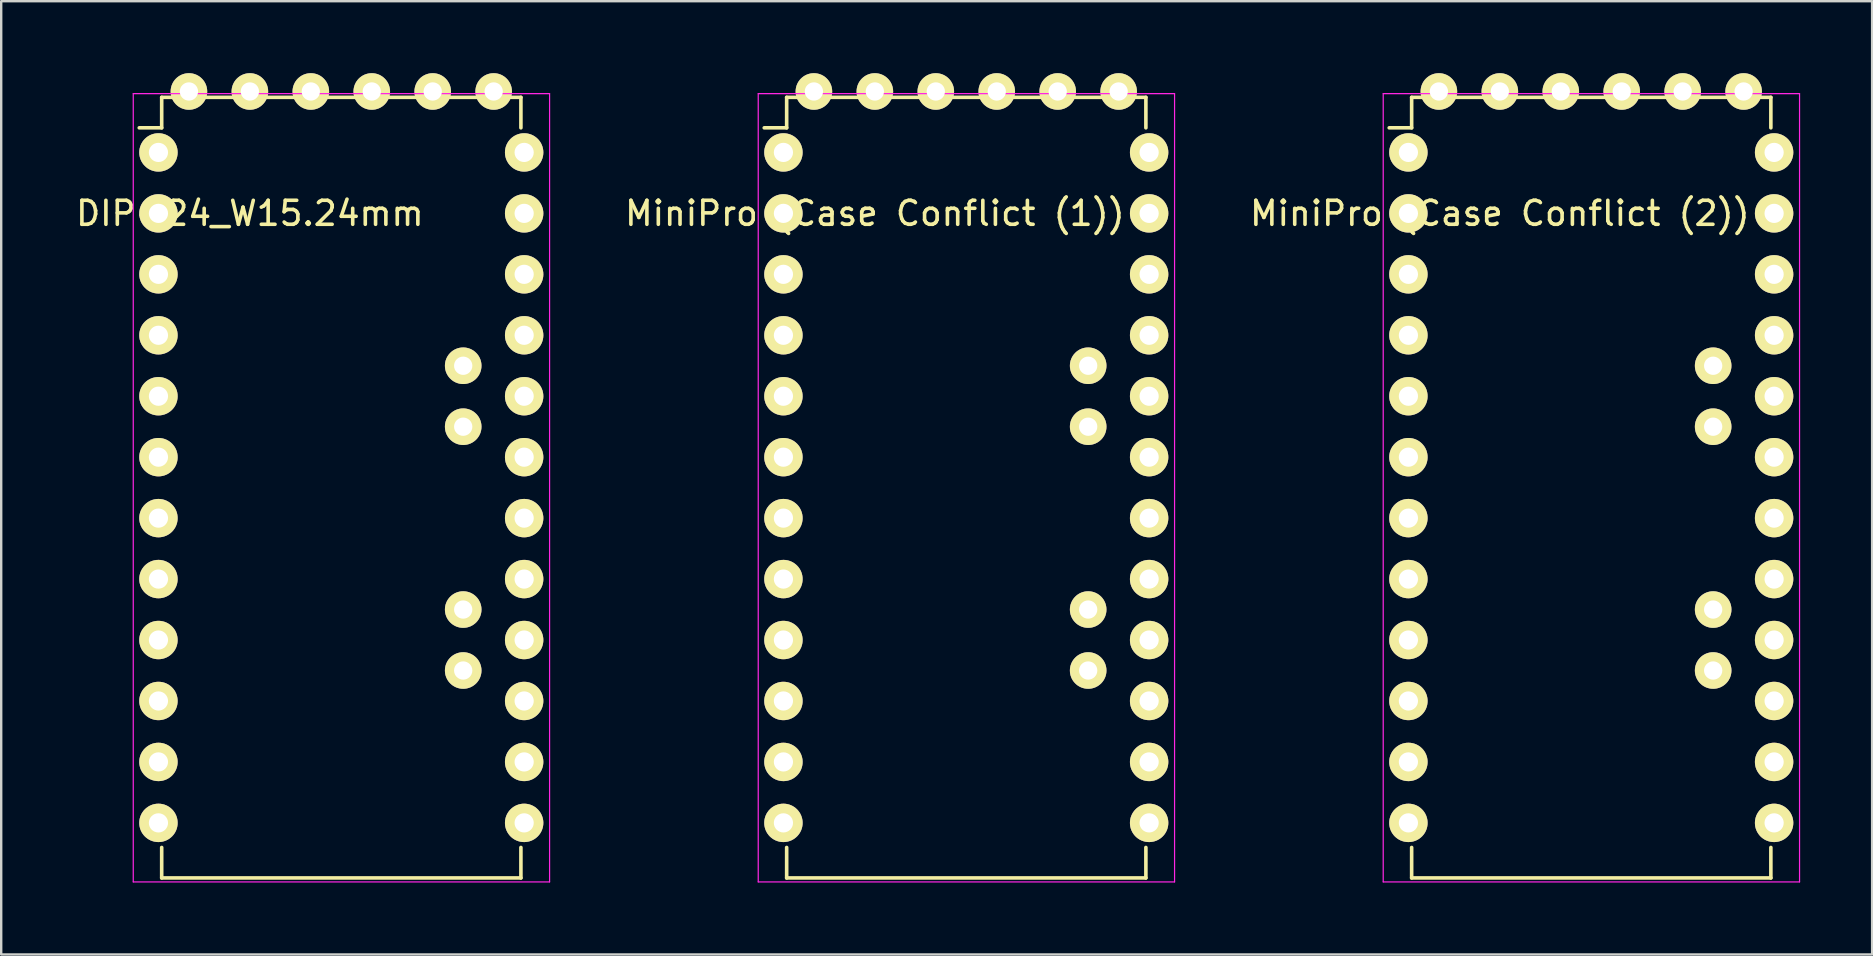
<source format=kicad_pcb>
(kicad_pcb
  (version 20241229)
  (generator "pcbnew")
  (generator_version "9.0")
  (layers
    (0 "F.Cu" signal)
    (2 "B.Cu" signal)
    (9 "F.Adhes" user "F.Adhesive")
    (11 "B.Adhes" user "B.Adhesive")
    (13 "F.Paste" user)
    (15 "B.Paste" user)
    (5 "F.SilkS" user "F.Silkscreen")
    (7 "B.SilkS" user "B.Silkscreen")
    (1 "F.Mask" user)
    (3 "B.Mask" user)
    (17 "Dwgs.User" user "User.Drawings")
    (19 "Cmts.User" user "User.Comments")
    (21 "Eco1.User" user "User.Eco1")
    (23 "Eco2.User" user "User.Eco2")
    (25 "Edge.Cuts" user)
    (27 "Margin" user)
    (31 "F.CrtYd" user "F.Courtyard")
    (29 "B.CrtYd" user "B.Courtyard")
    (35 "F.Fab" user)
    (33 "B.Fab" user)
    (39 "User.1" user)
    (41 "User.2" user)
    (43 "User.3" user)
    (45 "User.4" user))
  (footprint "MiniPro (Case Conflict (2))"
    (layer "F.Cu")
    (at 55.643 3.302)
    (property "Reference" "MiniPro (Case Conflict (2))" (at 3.81 2.54 0) (layer "F.SilkS") (effects (font (size 1 1) (thickness 0.15))))
    (attr through_hole)
    (fp_line (start 0.135 -2.295) (end 0.135 -1.025) (stroke (width 0.15) (type solid)) (layer "F.SilkS"))
    (fp_line (start 0.135 -2.295) (end 15.105 -2.295) (stroke (width 0.15) (type solid)) (layer "F.SilkS"))
    (fp_line (start 0.135 -1.025) (end -0.8 -1.025) (stroke (width 0.15) (type solid)) (layer "F.SilkS"))
    (fp_line (start 0.135 30.235) (end 0.135 28.965) (stroke (width 0.15) (type solid)) (layer "F.SilkS"))
    (fp_line (start 0.135 30.235) (end 15.105 30.235) (stroke (width 0.15) (type solid)) (layer "F.SilkS"))
    (fp_line (start 15.105 -2.295) (end 15.105 -1.025) (stroke (width 0.15) (type solid)) (layer "F.SilkS"))
    (fp_line (start 15.105 30.235) (end 15.105 28.965) (stroke (width 0.15) (type solid)) (layer "F.SilkS"))
    (fp_line (start -1.05 -2.45) (end -1.05 30.4) (stroke (width 0.05) (type solid)) (layer "F.CrtYd"))
    (fp_line (start -1.05 -2.45) (end 16.3 -2.45) (stroke (width 0.05) (type solid)) (layer "F.CrtYd"))
    (fp_line (start -1.05 30.4) (end 16.3 30.4) (stroke (width 0.05) (type solid)) (layer "F.CrtYd"))
    (fp_line (start 16.3 -2.45) (end 16.3 30.4) (stroke (width 0.05) (type solid)) (layer "F.CrtYd"))
    (pad "1" thru_hole oval (at 0 0) (size 1.6 1.6) (drill 0.8) (layers "*.Cu" "*.Mask" "F.SilkS"))
    (pad "2" thru_hole oval (at 0 2.54) (size 1.6 1.6) (drill 0.8) (layers "*.Cu" "*.Mask" "F.SilkS"))
    (pad "3" thru_hole oval (at 0 5.08) (size 1.6 1.6) (drill 0.8) (layers "*.Cu" "*.Mask" "F.SilkS"))
    (pad "4" thru_hole oval (at 0 7.62) (size 1.6 1.6) (drill 0.8) (layers "*.Cu" "*.Mask" "F.SilkS"))
    (pad "5" thru_hole oval (at 0 10.16) (size 1.6 1.6) (drill 0.8) (layers "*.Cu" "*.Mask" "F.SilkS"))
    (pad "6" thru_hole oval (at 0 12.7) (size 1.6 1.6) (drill 0.8) (layers "*.Cu" "*.Mask" "F.SilkS"))
    (pad "7" thru_hole oval (at 0 15.24) (size 1.6 1.6) (drill 0.8) (layers "*.Cu" "*.Mask" "F.SilkS"))
    (pad "8" thru_hole oval (at 0 17.78) (size 1.6 1.6) (drill 0.8) (layers "*.Cu" "*.Mask" "F.SilkS"))
    (pad "9" thru_hole oval (at 0 20.32) (size 1.6 1.6) (drill 0.8) (layers "*.Cu" "*.Mask" "F.SilkS"))
    (pad "10" thru_hole oval (at 0 22.86) (size 1.6 1.6) (drill 0.8) (layers "*.Cu" "*.Mask" "F.SilkS"))
    (pad "11" thru_hole oval (at 0 25.4) (size 1.6 1.6) (drill 0.8) (layers "*.Cu" "*.Mask" "F.SilkS"))
    (pad "12" thru_hole oval (at 0 27.94) (size 1.6 1.6) (drill 0.8) (layers "*.Cu" "*.Mask" "F.SilkS"))
    (pad "13" thru_hole oval (at 15.24 27.94) (size 1.6 1.6) (drill 0.8) (layers "*.Cu" "*.Mask" "F.SilkS"))
    (pad "14" thru_hole oval (at 15.24 25.4) (size 1.6 1.6) (drill 0.8) (layers "*.Cu" "*.Mask" "F.SilkS"))
    (pad "15" thru_hole oval (at 15.24 22.86) (size 1.6 1.6) (drill 0.8) (layers "*.Cu" "*.Mask" "F.SilkS"))
    (pad "16" thru_hole oval (at 15.24 20.32) (size 1.6 1.6) (drill 0.8) (layers "*.Cu" "*.Mask" "F.SilkS"))
    (pad "17" thru_hole oval (at 15.24 17.78) (size 1.6 1.6) (drill 0.8) (layers "*.Cu" "*.Mask" "F.SilkS"))
    (pad "18" thru_hole oval (at 15.24 15.24) (size 1.6 1.6) (drill 0.8) (layers "*.Cu" "*.Mask" "F.SilkS"))
    (pad "19" thru_hole oval (at 15.24 12.7) (size 1.6 1.6) (drill 0.8) (layers "*.Cu" "*.Mask" "F.SilkS"))
    (pad "20" thru_hole oval (at 15.24 10.16) (size 1.6 1.6) (drill 0.8) (layers "*.Cu" "*.Mask" "F.SilkS"))
    (pad "21" thru_hole oval (at 15.24 7.62) (size 1.6 1.6) (drill 0.8) (layers "*.Cu" "*.Mask" "F.SilkS"))
    (pad "22" thru_hole oval (at 15.24 5.08) (size 1.6 1.6) (drill 0.8) (layers "*.Cu" "*.Mask" "F.SilkS"))
    (pad "23" thru_hole oval (at 15.24 2.54) (size 1.6 1.6) (drill 0.8) (layers "*.Cu" "*.Mask" "F.SilkS"))
    (pad "24" thru_hole oval (at 15.24 0) (size 1.6 1.6) (drill 0.8) (layers "*.Cu" "*.Mask" "F.SilkS"))
    (pad "25" thru_hole circle (at 12.7 21.59) (size 1.524 1.524) (drill 0.762) (layers "*.Cu" "*.Mask" "F.SilkS"))
    (pad "26" thru_hole circle (at 12.7 19.05) (size 1.524 1.524) (drill 0.762) (layers "*.Cu" "*.Mask" "F.SilkS"))
    (pad "27" thru_hole circle (at 12.7 11.43) (size 1.524 1.524) (drill 0.762) (layers "*.Cu" "*.Mask" "F.SilkS"))
    (pad "28" thru_hole circle (at 12.7 8.89) (size 1.524 1.524) (drill 0.762) (layers "*.Cu" "*.Mask" "F.SilkS"))
    (pad "29" thru_hole circle (at 1.27 -2.54) (size 1.524 1.524) (drill 0.762) (layers "*.Cu" "*.Mask" "F.SilkS"))
    (pad "30" thru_hole circle (at 3.81 -2.54) (size 1.524 1.524) (drill 0.762) (layers "*.Cu" "*.Mask" "F.SilkS"))
    (pad "31" thru_hole circle (at 6.35 -2.54) (size 1.524 1.524) (drill 0.762) (layers "*.Cu" "*.Mask" "F.SilkS"))
    (pad "32" thru_hole circle (at 8.89 -2.54) (size 1.524 1.524) (drill 0.762) (layers "*.Cu" "*.Mask" "F.SilkS"))
    (pad "33" thru_hole circle (at 11.43 -2.54) (size 1.524 1.524) (drill 0.762) (layers "*.Cu" "*.Mask" "F.SilkS"))
    (pad "34" thru_hole circle (at 13.97 -2.54) (size 1.524 1.524) (drill 0.762) (layers "*.Cu" "*.Mask" "F.SilkS")))
  (footprint "DIP-24_W15.24mm"
    (layer "F.Cu")
    (at 3.553 3.302)
    (property "Reference" "DIP-24_W15.24mm" (at 3.81 2.54 0) (layer "F.SilkS") (effects (font (size 1 1) (thickness 0.15))))
    (attr through_hole)
    (fp_line (start 0.135 -2.295) (end 0.135 -1.025) (stroke (width 0.15) (type solid)) (layer "F.SilkS"))
    (fp_line (start 0.135 -2.295) (end 15.105 -2.295) (stroke (width 0.15) (type solid)) (layer "F.SilkS"))
    (fp_line (start 0.135 -1.025) (end -0.8 -1.025) (stroke (width 0.15) (type solid)) (layer "F.SilkS"))
    (fp_line (start 0.135 30.235) (end 0.135 28.965) (stroke (width 0.15) (type solid)) (layer "F.SilkS"))
    (fp_line (start 0.135 30.235) (end 15.105 30.235) (stroke (width 0.15) (type solid)) (layer "F.SilkS"))
    (fp_line (start 15.105 -2.295) (end 15.105 -1.025) (stroke (width 0.15) (type solid)) (layer "F.SilkS"))
    (fp_line (start 15.105 30.235) (end 15.105 28.965) (stroke (width 0.15) (type solid)) (layer "F.SilkS"))
    (fp_line (start -1.05 -2.45) (end -1.05 30.4) (stroke (width 0.05) (type solid)) (layer "F.CrtYd"))
    (fp_line (start -1.05 -2.45) (end 16.3 -2.45) (stroke (width 0.05) (type solid)) (layer "F.CrtYd"))
    (fp_line (start -1.05 30.4) (end 16.3 30.4) (stroke (width 0.05) (type solid)) (layer "F.CrtYd"))
    (fp_line (start 16.3 -2.45) (end 16.3 30.4) (stroke (width 0.05) (type solid)) (layer "F.CrtYd"))
    (pad "1" thru_hole oval (at 0 0) (size 1.6 1.6) (drill 0.8) (layers "*.Cu" "*.Mask" "F.SilkS"))
    (pad "1" thru_hole circle (at 1.27 -2.54) (size 1.524 1.524) (drill 0.762) (layers "*.Cu" "*.Mask" "F.SilkS"))
    (pad "2" thru_hole oval (at 0 2.54) (size 1.6 1.6) (drill 0.8) (layers "*.Cu" "*.Mask" "F.SilkS"))
    (pad "2" thru_hole circle (at 3.81 -2.54) (size 1.524 1.524) (drill 0.762) (layers "*.Cu" "*.Mask" "F.SilkS"))
    (pad "3" thru_hole oval (at 0 5.08) (size 1.6 1.6) (drill 0.8) (layers "*.Cu" "*.Mask" "F.SilkS"))
    (pad "3" thru_hole circle (at 6.35 -2.54) (size 1.524 1.524) (drill 0.762) (layers "*.Cu" "*.Mask" "F.SilkS"))
    (pad "4" thru_hole oval (at 0 7.62) (size 1.6 1.6) (drill 0.8) (layers "*.Cu" "*.Mask" "F.SilkS"))
    (pad "4" thru_hole circle (at 8.89 -2.54) (size 1.524 1.524) (drill 0.762) (layers "*.Cu" "*.Mask" "F.SilkS"))
    (pad "5" thru_hole oval (at 0 10.16) (size 1.6 1.6) (drill 0.8) (layers "*.Cu" "*.Mask" "F.SilkS"))
    (pad "5" thru_hole circle (at 11.43 -2.54) (size 1.524 1.524) (drill 0.762) (layers "*.Cu" "*.Mask" "F.SilkS"))
    (pad "6" thru_hole oval (at 0 12.7) (size 1.6 1.6) (drill 0.8) (layers "*.Cu" "*.Mask" "F.SilkS"))
    (pad "6" thru_hole circle (at 13.97 -2.54) (size 1.524 1.524) (drill 0.762) (layers "*.Cu" "*.Mask" "F.SilkS"))
    (pad "7" thru_hole oval (at 0 15.24) (size 1.6 1.6) (drill 0.8) (layers "*.Cu" "*.Mask" "F.SilkS"))
    (pad "7" thru_hole circle (at 12.7 21.59) (size 1.524 1.524) (drill 0.762) (layers "*.Cu" "*.Mask" "F.SilkS"))
    (pad "8" thru_hole oval (at 0 17.78) (size 1.6 1.6) (drill 0.8) (layers "*.Cu" "*.Mask" "F.SilkS"))
    (pad "8" thru_hole circle (at 12.7 19.05) (size 1.524 1.524) (drill 0.762) (layers "*.Cu" "*.Mask" "F.SilkS"))
    (pad "9" thru_hole oval (at 0 20.32) (size 1.6 1.6) (drill 0.8) (layers "*.Cu" "*.Mask" "F.SilkS"))
    (pad "9" thru_hole circle (at 12.7 11.43) (size 1.524 1.524) (drill 0.762) (layers "*.Cu" "*.Mask" "F.SilkS"))
    (pad "10" thru_hole oval (at 0 22.86) (size 1.6 1.6) (drill 0.8) (layers "*.Cu" "*.Mask" "F.SilkS"))
    (pad "10" thru_hole circle (at 12.7 8.89) (size 1.524 1.524) (drill 0.762) (layers "*.Cu" "*.Mask" "F.SilkS"))
    (pad "11" thru_hole oval (at 0 25.4) (size 1.6 1.6) (drill 0.8) (layers "*.Cu" "*.Mask" "F.SilkS"))
    (pad "12" thru_hole oval (at 0 27.94) (size 1.6 1.6) (drill 0.8) (layers "*.Cu" "*.Mask" "F.SilkS"))
    (pad "13" thru_hole oval (at 15.24 27.94) (size 1.6 1.6) (drill 0.8) (layers "*.Cu" "*.Mask" "F.SilkS"))
    (pad "14" thru_hole oval (at 15.24 25.4) (size 1.6 1.6) (drill 0.8) (layers "*.Cu" "*.Mask" "F.SilkS"))
    (pad "15" thru_hole oval (at 15.24 22.86) (size 1.6 1.6) (drill 0.8) (layers "*.Cu" "*.Mask" "F.SilkS"))
    (pad "16" thru_hole oval (at 15.24 20.32) (size 1.6 1.6) (drill 0.8) (layers "*.Cu" "*.Mask" "F.SilkS"))
    (pad "17" thru_hole oval (at 15.24 17.78) (size 1.6 1.6) (drill 0.8) (layers "*.Cu" "*.Mask" "F.SilkS"))
    (pad "18" thru_hole oval (at 15.24 15.24) (size 1.6 1.6) (drill 0.8) (layers "*.Cu" "*.Mask" "F.SilkS"))
    (pad "19" thru_hole oval (at 15.24 12.7) (size 1.6 1.6) (drill 0.8) (layers "*.Cu" "*.Mask" "F.SilkS"))
    (pad "20" thru_hole oval (at 15.24 10.16) (size 1.6 1.6) (drill 0.8) (layers "*.Cu" "*.Mask" "F.SilkS"))
    (pad "21" thru_hole oval (at 15.24 7.62) (size 1.6 1.6) (drill 0.8) (layers "*.Cu" "*.Mask" "F.SilkS"))
    (pad "22" thru_hole oval (at 15.24 5.08) (size 1.6 1.6) (drill 0.8) (layers "*.Cu" "*.Mask" "F.SilkS"))
    (pad "23" thru_hole oval (at 15.24 2.54) (size 1.6 1.6) (drill 0.8) (layers "*.Cu" "*.Mask" "F.SilkS"))
    (pad "24" thru_hole oval (at 15.24 0) (size 1.6 1.6) (drill 0.8) (layers "*.Cu" "*.Mask" "F.SilkS")))
  (footprint "MiniPro (Case Conflict (1))"
    (layer "F.Cu")
    (at 29.598 3.302)
    (property "Reference" "MiniPro (Case Conflict (1))" (at 3.81 2.54 0) (layer "F.SilkS") (effects (font (size 1 1) (thickness 0.15))))
    (attr through_hole)
    (fp_line (start 0.135 -2.295) (end 0.135 -1.025) (stroke (width 0.15) (type solid)) (layer "F.SilkS"))
    (fp_line (start 0.135 -2.295) (end 15.105 -2.295) (stroke (width 0.15) (type solid)) (layer "F.SilkS"))
    (fp_line (start 0.135 -1.025) (end -0.8 -1.025) (stroke (width 0.15) (type solid)) (layer "F.SilkS"))
    (fp_line (start 0.135 30.235) (end 0.135 28.965) (stroke (width 0.15) (type solid)) (layer "F.SilkS"))
    (fp_line (start 0.135 30.235) (end 15.105 30.235) (stroke (width 0.15) (type solid)) (layer "F.SilkS"))
    (fp_line (start 15.105 -2.295) (end 15.105 -1.025) (stroke (width 0.15) (type solid)) (layer "F.SilkS"))
    (fp_line (start 15.105 30.235) (end 15.105 28.965) (stroke (width 0.15) (type solid)) (layer "F.SilkS"))
    (fp_line (start -1.05 -2.45) (end -1.05 30.4) (stroke (width 0.05) (type solid)) (layer "F.CrtYd"))
    (fp_line (start -1.05 -2.45) (end 16.3 -2.45) (stroke (width 0.05) (type solid)) (layer "F.CrtYd"))
    (fp_line (start -1.05 30.4) (end 16.3 30.4) (stroke (width 0.05) (type solid)) (layer "F.CrtYd"))
    (fp_line (start 16.3 -2.45) (end 16.3 30.4) (stroke (width 0.05) (type solid)) (layer "F.CrtYd"))
    (pad "1" thru_hole oval (at 0 0) (size 1.6 1.6) (drill 0.8) (layers "*.Cu" "*.Mask" "F.SilkS"))
    (pad "1" thru_hole circle (at 1.27 -2.54) (size 1.524 1.524) (drill 0.762) (layers "*.Cu" "*.Mask" "F.SilkS"))
    (pad "2" thru_hole oval (at 0 2.54) (size 1.6 1.6) (drill 0.8) (layers "*.Cu" "*.Mask" "F.SilkS"))
    (pad "2" thru_hole circle (at 3.81 -2.54) (size 1.524 1.524) (drill 0.762) (layers "*.Cu" "*.Mask" "F.SilkS"))
    (pad "3" thru_hole oval (at 0 5.08) (size 1.6 1.6) (drill 0.8) (layers "*.Cu" "*.Mask" "F.SilkS"))
    (pad "3" thru_hole circle (at 6.35 -2.54) (size 1.524 1.524) (drill 0.762) (layers "*.Cu" "*.Mask" "F.SilkS"))
    (pad "4" thru_hole oval (at 0 7.62) (size 1.6 1.6) (drill 0.8) (layers "*.Cu" "*.Mask" "F.SilkS"))
    (pad "4" thru_hole circle (at 8.89 -2.54) (size 1.524 1.524) (drill 0.762) (layers "*.Cu" "*.Mask" "F.SilkS"))
    (pad "5" thru_hole oval (at 0 10.16) (size 1.6 1.6) (drill 0.8) (layers "*.Cu" "*.Mask" "F.SilkS"))
    (pad "5" thru_hole circle (at 11.43 -2.54) (size 1.524 1.524) (drill 0.762) (layers "*.Cu" "*.Mask" "F.SilkS"))
    (pad "6" thru_hole oval (at 0 12.7) (size 1.6 1.6) (drill 0.8) (layers "*.Cu" "*.Mask" "F.SilkS"))
    (pad "6" thru_hole circle (at 13.97 -2.54) (size 1.524 1.524) (drill 0.762) (layers "*.Cu" "*.Mask" "F.SilkS"))
    (pad "7" thru_hole oval (at 0 15.24) (size 1.6 1.6) (drill 0.8) (layers "*.Cu" "*.Mask" "F.SilkS"))
    (pad "8" thru_hole oval (at 0 17.78) (size 1.6 1.6) (drill 0.8) (layers "*.Cu" "*.Mask" "F.SilkS"))
    (pad "8" thru_hole circle (at 12.7 19.05) (size 1.524 1.524) (drill 0.762) (layers "*.Cu" "*.Mask" "F.SilkS"))
    (pad "9" thru_hole oval (at 0 20.32) (size 1.6 1.6) (drill 0.8) (layers "*.Cu" "*.Mask" "F.SilkS"))
    (pad "9" thru_hole circle (at 12.7 11.43) (size 1.524 1.524) (drill 0.762) (layers "*.Cu" "*.Mask" "F.SilkS"))
    (pad "10" thru_hole oval (at 0 22.86) (size 1.6 1.6) (drill 0.8) (layers "*.Cu" "*.Mask" "F.SilkS"))
    (pad "10" thru_hole circle (at 12.7 8.89) (size 1.524 1.524) (drill 0.762) (layers "*.Cu" "*.Mask" "F.SilkS"))
    (pad "11" thru_hole oval (at 0 25.4) (size 1.6 1.6) (drill 0.8) (layers "*.Cu" "*.Mask" "F.SilkS"))
    (pad "12" thru_hole oval (at 0 27.94) (size 1.6 1.6) (drill 0.8) (layers "*.Cu" "*.Mask" "F.SilkS"))
    (pad "13" thru_hole oval (at 15.24 27.94) (size 1.6 1.6) (drill 0.8) (layers "*.Cu" "*.Mask" "F.SilkS"))
    (pad "14" thru_hole oval (at 15.24 25.4) (size 1.6 1.6) (drill 0.8) (layers "*.Cu" "*.Mask" "F.SilkS"))
    (pad "15" thru_hole oval (at 15.24 22.86) (size 1.6 1.6) (drill 0.8) (layers "*.Cu" "*.Mask" "F.SilkS"))
    (pad "16" thru_hole oval (at 15.24 20.32) (size 1.6 1.6) (drill 0.8) (layers "*.Cu" "*.Mask" "F.SilkS"))
    (pad "17" thru_hole oval (at 15.24 17.78) (size 1.6 1.6) (drill 0.8) (layers "*.Cu" "*.Mask" "F.SilkS"))
    (pad "18" thru_hole oval (at 15.24 15.24) (size 1.6 1.6) (drill 0.8) (layers "*.Cu" "*.Mask" "F.SilkS"))
    (pad "19" thru_hole oval (at 15.24 12.7) (size 1.6 1.6) (drill 0.8) (layers "*.Cu" "*.Mask" "F.SilkS"))
    (pad "20" thru_hole oval (at 15.24 10.16) (size 1.6 1.6) (drill 0.8) (layers "*.Cu" "*.Mask" "F.SilkS"))
    (pad "21" thru_hole oval (at 15.24 7.62) (size 1.6 1.6) (drill 0.8) (layers "*.Cu" "*.Mask" "F.SilkS"))
    (pad "22" thru_hole oval (at 15.24 5.08) (size 1.6 1.6) (drill 0.8) (layers "*.Cu" "*.Mask" "F.SilkS"))
    (pad "23" thru_hole oval (at 15.24 2.54) (size 1.6 1.6) (drill 0.8) (layers "*.Cu" "*.Mask" "F.SilkS"))
    (pad "24" thru_hole oval (at 15.24 0) (size 1.6 1.6) (drill 0.8) (layers "*.Cu" "*.Mask" "F.SilkS"))
    (pad "25" thru_hole circle (at 12.7 21.59) (size 1.524 1.524) (drill 0.762) (layers "*.Cu" "*.Mask" "F.SilkS")))
  (gr_rect
    (start -3 -3)
    (end 74.968 36.727)
    (stroke (width 0.1) (type default))
    (fill no)
    (layer "Edge.Cuts")))
</source>
